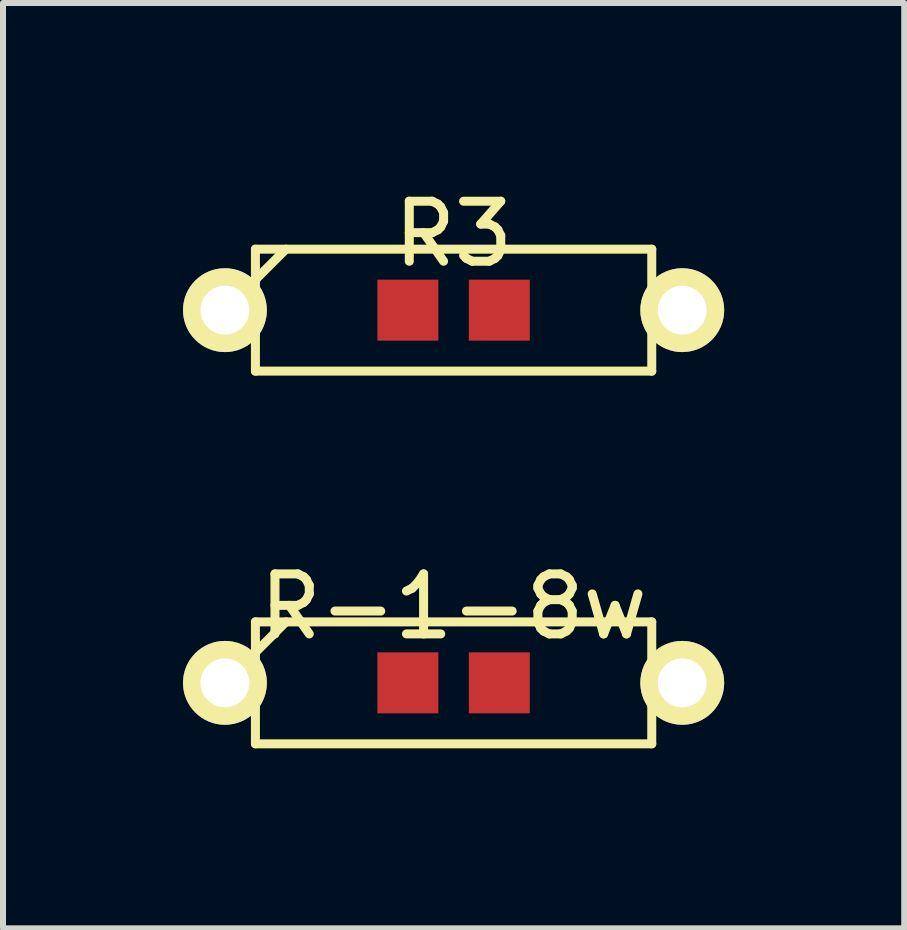
<source format=kicad_pcb>
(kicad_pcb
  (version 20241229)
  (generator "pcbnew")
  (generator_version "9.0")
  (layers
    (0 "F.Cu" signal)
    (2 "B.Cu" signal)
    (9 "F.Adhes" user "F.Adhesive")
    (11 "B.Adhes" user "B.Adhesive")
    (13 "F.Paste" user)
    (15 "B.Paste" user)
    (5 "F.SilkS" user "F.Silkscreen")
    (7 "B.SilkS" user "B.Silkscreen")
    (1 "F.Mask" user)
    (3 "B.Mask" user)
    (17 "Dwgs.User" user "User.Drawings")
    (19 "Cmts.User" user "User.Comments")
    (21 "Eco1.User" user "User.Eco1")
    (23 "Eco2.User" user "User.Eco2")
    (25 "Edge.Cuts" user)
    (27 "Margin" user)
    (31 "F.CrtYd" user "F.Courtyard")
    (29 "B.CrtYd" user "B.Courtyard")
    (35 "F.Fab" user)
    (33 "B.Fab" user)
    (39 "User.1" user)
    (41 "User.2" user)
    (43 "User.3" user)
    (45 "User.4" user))
  (footprint "R3"
    (layer "F.Cu")
    (at 4.508 2.118)
    (property "Reference" "R3" (at 0 -1.27 0) (layer "F.SilkS") (effects (font (size 1 1) (thickness 0.15))))
    (attr through_hole)
    (fp_line (start -3.81 0) (end -3.302 0) (stroke (width 0.15) (type solid)) (layer "F.SilkS"))
    (fp_line (start -3.302 -1.016) (end -3.302 1.016) (stroke (width 0.15) (type solid)) (layer "F.SilkS"))
    (fp_line (start -3.302 -0.508) (end -2.794 -1.016) (stroke (width 0.15) (type solid)) (layer "F.SilkS"))
    (fp_line (start -3.302 1.016) (end 3.302 1.016) (stroke (width 0.15) (type solid)) (layer "F.SilkS"))
    (fp_line (start 3.302 -1.016) (end -3.302 -1.016) (stroke (width 0.15) (type solid)) (layer "F.SilkS"))
    (fp_line (start 3.302 0) (end 3.302 -1.016) (stroke (width 0.15) (type solid)) (layer "F.SilkS"))
    (fp_line (start 3.302 1.016) (end 3.302 0) (stroke (width 0.15) (type solid)) (layer "F.SilkS"))
    (fp_line (start 3.81 0) (end 3.302 0) (stroke (width 0.15) (type solid)) (layer "F.SilkS"))
    (pad "1" thru_hole circle (at -3.81 0) (size 1.397 1.397) (drill 0.813) (layers "*.Cu" "*.Mask" "F.SilkS"))
    (pad "1" smd rect (at -0.762 0) (size 1.016 1.016) (layers "F.Cu" "F.Mask" "F.Paste"))
    (pad "2" smd rect (at 0.762 0) (size 1.016 1.016) (layers "F.Cu" "F.Mask" "F.Paste"))
    (pad "2" thru_hole circle (at 3.81 0) (size 1.397 1.397) (drill 0.813) (layers "*.Cu" "*.Mask" "F.SilkS")))
  (footprint "R-1-8w"
    (layer "F.Cu")
    (at 4.508 8.328)
    (property "Reference" "R-1-8w" (at 0 -1.27 0) (layer "F.SilkS") (effects (font (size 1 1) (thickness 0.15))))
    (attr through_hole)
    (fp_line (start -3.81 0) (end -3.302 0) (stroke (width 0.15) (type solid)) (layer "F.SilkS"))
    (fp_line (start -3.302 -1.016) (end -3.302 1.016) (stroke (width 0.15) (type solid)) (layer "F.SilkS"))
    (fp_line (start -3.302 -0.508) (end -2.794 -1.016) (stroke (width 0.15) (type solid)) (layer "F.SilkS"))
    (fp_line (start -3.302 1.016) (end 3.302 1.016) (stroke (width 0.15) (type solid)) (layer "F.SilkS"))
    (fp_line (start 3.302 -1.016) (end -3.302 -1.016) (stroke (width 0.15) (type solid)) (layer "F.SilkS"))
    (fp_line (start 3.302 0) (end 3.302 -1.016) (stroke (width 0.15) (type solid)) (layer "F.SilkS"))
    (fp_line (start 3.302 1.016) (end 3.302 0) (stroke (width 0.15) (type solid)) (layer "F.SilkS"))
    (fp_line (start 3.81 0) (end 3.302 0) (stroke (width 0.15) (type solid)) (layer "F.SilkS"))
    (pad "1" thru_hole circle (at -3.81 0) (size 1.397 1.397) (drill 0.813) (layers "*.Cu" "*.Mask" "F.SilkS"))
    (pad "1" smd rect (at -0.762 0) (size 1.016 1.016) (layers "F.Cu" "F.Mask" "F.Paste"))
    (pad "2" smd rect (at 0.762 0) (size 1.016 1.016) (layers "F.Cu" "F.Mask" "F.Paste"))
    (pad "2" thru_hole circle (at 3.81 0) (size 1.397 1.397) (drill 0.813) (layers "*.Cu" "*.Mask" "F.SilkS")))
  (gr_rect
    (start -3 -3)
    (end 12.017 12.418)
    (stroke (width 0.1) (type default))
    (fill no)
    (layer "Edge.Cuts")))
</source>
